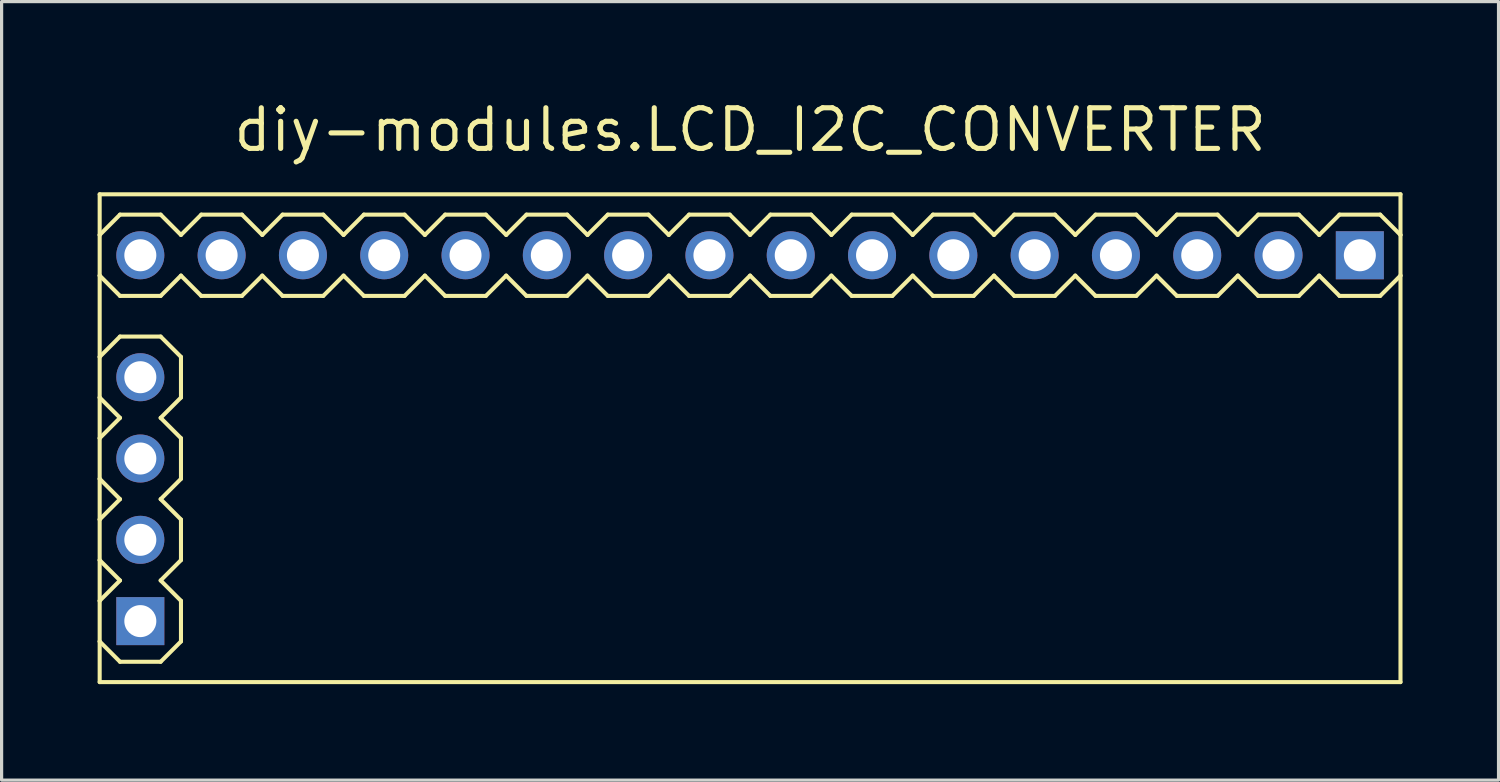
<source format=kicad_pcb>
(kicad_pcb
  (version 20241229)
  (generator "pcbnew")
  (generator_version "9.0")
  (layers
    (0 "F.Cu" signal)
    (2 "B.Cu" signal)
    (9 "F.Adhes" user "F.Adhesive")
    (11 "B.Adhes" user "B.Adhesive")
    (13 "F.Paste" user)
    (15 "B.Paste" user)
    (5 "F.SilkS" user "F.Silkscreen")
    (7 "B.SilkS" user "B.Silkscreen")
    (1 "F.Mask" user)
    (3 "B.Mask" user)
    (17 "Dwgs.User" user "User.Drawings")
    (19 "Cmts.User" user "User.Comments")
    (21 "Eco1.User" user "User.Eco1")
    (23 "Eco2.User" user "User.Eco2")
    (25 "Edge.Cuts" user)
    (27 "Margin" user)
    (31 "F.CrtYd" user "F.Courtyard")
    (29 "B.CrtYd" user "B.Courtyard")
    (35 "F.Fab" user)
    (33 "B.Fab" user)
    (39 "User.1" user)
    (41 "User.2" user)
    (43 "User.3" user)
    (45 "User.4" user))
  (footprint "diy-modules.LCD_I2C_CONVERTER"
    (layer "F.Cu")
    (at 20.384 11.275)
    (property "Reference" "diy-modules.LCD_I2C_CONVERTER" (at 0 -9.525 0) (layer "F.SilkS") (effects (font (size 1.27 1.27) (thickness 0.16)) (justify bottom)))
    (attr through_hole)
    (fp_line (start -20.32 -8.255) (end 20.32 -8.255) (stroke (width 0.127) (type default)) (layer "F.SilkS"))
    (fp_line (start -20.32 -6.985) (end -20.32 -8.255) (stroke (width 0.127) (type default)) (layer "F.SilkS"))
    (fp_line (start -20.32 -6.985) (end -19.685 -7.62) (stroke (width 0.127) (type default)) (layer "F.SilkS"))
    (fp_line (start -20.32 -5.715) (end -20.32 -6.985) (stroke (width 0.127) (type default)) (layer "F.SilkS"))
    (fp_line (start -20.32 -3.175) (end -20.32 -5.715) (stroke (width 0.127) (type default)) (layer "F.SilkS"))
    (fp_line (start -20.32 -3.175) (end -19.685 -3.81) (stroke (width 0.127) (type default)) (layer "F.SilkS"))
    (fp_line (start -20.32 -1.905) (end -20.32 -3.175) (stroke (width 0.127) (type default)) (layer "F.SilkS"))
    (fp_line (start -20.32 -0.635) (end -20.32 -1.905) (stroke (width 0.127) (type default)) (layer "F.SilkS"))
    (fp_line (start -20.32 -0.635) (end -19.685 -1.27) (stroke (width 0.127) (type default)) (layer "F.SilkS"))
    (fp_line (start -20.32 0.635) (end -20.32 -0.635) (stroke (width 0.127) (type default)) (layer "F.SilkS"))
    (fp_line (start -20.32 1.905) (end -20.32 0.635) (stroke (width 0.127) (type default)) (layer "F.SilkS"))
    (fp_line (start -20.32 1.905) (end -19.685 1.27) (stroke (width 0.127) (type default)) (layer "F.SilkS"))
    (fp_line (start -20.32 3.175) (end -20.32 1.905) (stroke (width 0.127) (type default)) (layer "F.SilkS"))
    (fp_line (start -20.32 4.445) (end -20.32 3.175) (stroke (width 0.127) (type default)) (layer "F.SilkS"))
    (fp_line (start -20.32 4.445) (end -19.685 3.81) (stroke (width 0.127) (type default)) (layer "F.SilkS"))
    (fp_line (start -20.32 5.715) (end -20.32 4.445) (stroke (width 0.127) (type default)) (layer "F.SilkS"))
    (fp_line (start -20.32 6.985) (end -20.32 5.715) (stroke (width 0.127) (type default)) (layer "F.SilkS"))
    (fp_line (start -19.685 -7.62) (end -18.415 -7.62) (stroke (width 0.127) (type default)) (layer "F.SilkS"))
    (fp_line (start -19.685 -5.08) (end -20.32 -5.715) (stroke (width 0.127) (type default)) (layer "F.SilkS"))
    (fp_line (start -19.685 -3.81) (end -18.415 -3.81) (stroke (width 0.127) (type default)) (layer "F.SilkS"))
    (fp_line (start -19.685 -1.27) (end -20.32 -1.905) (stroke (width 0.127) (type default)) (layer "F.SilkS"))
    (fp_line (start -19.685 1.27) (end -20.32 0.635) (stroke (width 0.127) (type default)) (layer "F.SilkS"))
    (fp_line (start -19.685 3.81) (end -20.32 3.175) (stroke (width 0.127) (type default)) (layer "F.SilkS"))
    (fp_line (start -19.685 6.35) (end -20.32 5.715) (stroke (width 0.127) (type default)) (layer "F.SilkS"))
    (fp_line (start -18.415 -7.62) (end -17.78 -6.985) (stroke (width 0.127) (type default)) (layer "F.SilkS"))
    (fp_line (start -18.415 -5.08) (end -19.685 -5.08) (stroke (width 0.127) (type default)) (layer "F.SilkS"))
    (fp_line (start -18.415 -3.81) (end -17.78 -3.175) (stroke (width 0.127) (type default)) (layer "F.SilkS"))
    (fp_line (start -18.415 -1.27) (end -17.78 -0.635) (stroke (width 0.127) (type default)) (layer "F.SilkS"))
    (fp_line (start -18.415 1.27) (end -17.78 1.905) (stroke (width 0.127) (type default)) (layer "F.SilkS"))
    (fp_line (start -18.415 3.81) (end -17.78 4.445) (stroke (width 0.127) (type default)) (layer "F.SilkS"))
    (fp_line (start -18.415 6.35) (end -19.685 6.35) (stroke (width 0.127) (type default)) (layer "F.SilkS"))
    (fp_line (start -17.78 -6.985) (end -17.145 -7.62) (stroke (width 0.127) (type default)) (layer "F.SilkS"))
    (fp_line (start -17.78 -5.715) (end -18.415 -5.08) (stroke (width 0.127) (type default)) (layer "F.SilkS"))
    (fp_line (start -17.78 -3.175) (end -17.78 -1.905) (stroke (width 0.127) (type default)) (layer "F.SilkS"))
    (fp_line (start -17.78 -1.905) (end -18.415 -1.27) (stroke (width 0.127) (type default)) (layer "F.SilkS"))
    (fp_line (start -17.78 -0.635) (end -17.78 0.635) (stroke (width 0.127) (type default)) (layer "F.SilkS"))
    (fp_line (start -17.78 0.635) (end -18.415 1.27) (stroke (width 0.127) (type default)) (layer "F.SilkS"))
    (fp_line (start -17.78 1.905) (end -17.78 3.175) (stroke (width 0.127) (type default)) (layer "F.SilkS"))
    (fp_line (start -17.78 3.175) (end -18.415 3.81) (stroke (width 0.127) (type default)) (layer "F.SilkS"))
    (fp_line (start -17.78 4.445) (end -17.78 5.715) (stroke (width 0.127) (type default)) (layer "F.SilkS"))
    (fp_line (start -17.78 5.715) (end -18.415 6.35) (stroke (width 0.127) (type default)) (layer "F.SilkS"))
    (fp_line (start -17.145 -7.62) (end -15.875 -7.62) (stroke (width 0.127) (type default)) (layer "F.SilkS"))
    (fp_line (start -17.145 -5.08) (end -17.78 -5.715) (stroke (width 0.127) (type default)) (layer "F.SilkS"))
    (fp_line (start -15.875 -7.62) (end -15.24 -6.985) (stroke (width 0.127) (type default)) (layer "F.SilkS"))
    (fp_line (start -15.875 -5.08) (end -17.145 -5.08) (stroke (width 0.127) (type default)) (layer "F.SilkS"))
    (fp_line (start -15.24 -6.985) (end -14.605 -7.62) (stroke (width 0.127) (type default)) (layer "F.SilkS"))
    (fp_line (start -15.24 -5.715) (end -15.875 -5.08) (stroke (width 0.127) (type default)) (layer "F.SilkS"))
    (fp_line (start -14.605 -7.62) (end -13.335 -7.62) (stroke (width 0.127) (type default)) (layer "F.SilkS"))
    (fp_line (start -14.605 -5.08) (end -15.24 -5.715) (stroke (width 0.127) (type default)) (layer "F.SilkS"))
    (fp_line (start -13.335 -7.62) (end -12.7 -6.985) (stroke (width 0.127) (type default)) (layer "F.SilkS"))
    (fp_line (start -13.335 -5.08) (end -14.605 -5.08) (stroke (width 0.127) (type default)) (layer "F.SilkS"))
    (fp_line (start -12.7 -6.985) (end -12.065 -7.62) (stroke (width 0.127) (type default)) (layer "F.SilkS"))
    (fp_line (start -12.7 -5.715) (end -13.335 -5.08) (stroke (width 0.127) (type default)) (layer "F.SilkS"))
    (fp_line (start -12.065 -7.62) (end -10.795 -7.62) (stroke (width 0.127) (type default)) (layer "F.SilkS"))
    (fp_line (start -12.065 -5.08) (end -12.7 -5.715) (stroke (width 0.127) (type default)) (layer "F.SilkS"))
    (fp_line (start -10.795 -7.62) (end -10.16 -6.985) (stroke (width 0.127) (type default)) (layer "F.SilkS"))
    (fp_line (start -10.795 -5.08) (end -12.065 -5.08) (stroke (width 0.127) (type default)) (layer "F.SilkS"))
    (fp_line (start -10.16 -6.985) (end -9.525 -7.62) (stroke (width 0.127) (type default)) (layer "F.SilkS"))
    (fp_line (start -10.16 -5.715) (end -10.795 -5.08) (stroke (width 0.127) (type default)) (layer "F.SilkS"))
    (fp_line (start -9.525 -7.62) (end -8.255 -7.62) (stroke (width 0.127) (type default)) (layer "F.SilkS"))
    (fp_line (start -9.525 -5.08) (end -10.16 -5.715) (stroke (width 0.127) (type default)) (layer "F.SilkS"))
    (fp_line (start -8.255 -7.62) (end -7.62 -6.985) (stroke (width 0.127) (type default)) (layer "F.SilkS"))
    (fp_line (start -8.255 -5.08) (end -9.525 -5.08) (stroke (width 0.127) (type default)) (layer "F.SilkS"))
    (fp_line (start -7.62 -6.985) (end -6.985 -7.62) (stroke (width 0.127) (type default)) (layer "F.SilkS"))
    (fp_line (start -7.62 -5.715) (end -8.255 -5.08) (stroke (width 0.127) (type default)) (layer "F.SilkS"))
    (fp_line (start -6.985 -7.62) (end -5.715 -7.62) (stroke (width 0.127) (type default)) (layer "F.SilkS"))
    (fp_line (start -6.985 -5.08) (end -7.62 -5.715) (stroke (width 0.127) (type default)) (layer "F.SilkS"))
    (fp_line (start -5.715 -7.62) (end -5.08 -6.985) (stroke (width 0.127) (type default)) (layer "F.SilkS"))
    (fp_line (start -5.715 -5.08) (end -6.985 -5.08) (stroke (width 0.127) (type default)) (layer "F.SilkS"))
    (fp_line (start -5.08 -6.985) (end -4.445 -7.62) (stroke (width 0.127) (type default)) (layer "F.SilkS"))
    (fp_line (start -5.08 -5.715) (end -5.715 -5.08) (stroke (width 0.127) (type default)) (layer "F.SilkS"))
    (fp_line (start -4.445 -7.62) (end -3.175 -7.62) (stroke (width 0.127) (type default)) (layer "F.SilkS"))
    (fp_line (start -4.445 -5.08) (end -5.08 -5.715) (stroke (width 0.127) (type default)) (layer "F.SilkS"))
    (fp_line (start -3.175 -7.62) (end -2.54 -6.985) (stroke (width 0.127) (type default)) (layer "F.SilkS"))
    (fp_line (start -3.175 -5.08) (end -4.445 -5.08) (stroke (width 0.127) (type default)) (layer "F.SilkS"))
    (fp_line (start -2.54 -6.985) (end -1.905 -7.62) (stroke (width 0.127) (type default)) (layer "F.SilkS"))
    (fp_line (start -2.54 -5.715) (end -3.175 -5.08) (stroke (width 0.127) (type default)) (layer "F.SilkS"))
    (fp_line (start -1.905 -7.62) (end -0.635 -7.62) (stroke (width 0.127) (type default)) (layer "F.SilkS"))
    (fp_line (start -1.905 -5.08) (end -2.54 -5.715) (stroke (width 0.127) (type default)) (layer "F.SilkS"))
    (fp_line (start -0.635 -7.62) (end 0 -6.985) (stroke (width 0.127) (type default)) (layer "F.SilkS"))
    (fp_line (start -0.635 -5.08) (end -1.905 -5.08) (stroke (width 0.127) (type default)) (layer "F.SilkS"))
    (fp_line (start 0 -6.985) (end 0.635 -7.62) (stroke (width 0.127) (type default)) (layer "F.SilkS"))
    (fp_line (start 0 -5.715) (end -0.635 -5.08) (stroke (width 0.127) (type default)) (layer "F.SilkS"))
    (fp_line (start 0.635 -7.62) (end 1.905 -7.62) (stroke (width 0.127) (type default)) (layer "F.SilkS"))
    (fp_line (start 0.635 -5.08) (end 0 -5.715) (stroke (width 0.127) (type default)) (layer "F.SilkS"))
    (fp_line (start 1.905 -7.62) (end 2.54 -6.985) (stroke (width 0.127) (type default)) (layer "F.SilkS"))
    (fp_line (start 1.905 -5.08) (end 0.635 -5.08) (stroke (width 0.127) (type default)) (layer "F.SilkS"))
    (fp_line (start 2.54 -6.985) (end 3.175 -7.62) (stroke (width 0.127) (type default)) (layer "F.SilkS"))
    (fp_line (start 2.54 -5.715) (end 1.905 -5.08) (stroke (width 0.127) (type default)) (layer "F.SilkS"))
    (fp_line (start 3.175 -7.62) (end 4.445 -7.62) (stroke (width 0.127) (type default)) (layer "F.SilkS"))
    (fp_line (start 3.175 -5.08) (end 2.54 -5.715) (stroke (width 0.127) (type default)) (layer "F.SilkS"))
    (fp_line (start 4.445 -7.62) (end 5.08 -6.985) (stroke (width 0.127) (type default)) (layer "F.SilkS"))
    (fp_line (start 4.445 -5.08) (end 3.175 -5.08) (stroke (width 0.127) (type default)) (layer "F.SilkS"))
    (fp_line (start 5.08 -6.985) (end 5.715 -7.62) (stroke (width 0.127) (type default)) (layer "F.SilkS"))
    (fp_line (start 5.08 -5.715) (end 4.445 -5.08) (stroke (width 0.127) (type default)) (layer "F.SilkS"))
    (fp_line (start 5.715 -7.62) (end 6.985 -7.62) (stroke (width 0.127) (type default)) (layer "F.SilkS"))
    (fp_line (start 5.715 -5.08) (end 5.08 -5.715) (stroke (width 0.127) (type default)) (layer "F.SilkS"))
    (fp_line (start 6.985 -7.62) (end 7.62 -6.985) (stroke (width 0.127) (type default)) (layer "F.SilkS"))
    (fp_line (start 6.985 -5.08) (end 5.715 -5.08) (stroke (width 0.127) (type default)) (layer "F.SilkS"))
    (fp_line (start 7.62 -6.985) (end 8.255 -7.62) (stroke (width 0.127) (type default)) (layer "F.SilkS"))
    (fp_line (start 7.62 -5.715) (end 6.985 -5.08) (stroke (width 0.127) (type default)) (layer "F.SilkS"))
    (fp_line (start 8.255 -7.62) (end 9.525 -7.62) (stroke (width 0.127) (type default)) (layer "F.SilkS"))
    (fp_line (start 8.255 -5.08) (end 7.62 -5.715) (stroke (width 0.127) (type default)) (layer "F.SilkS"))
    (fp_line (start 9.525 -7.62) (end 10.16 -6.985) (stroke (width 0.127) (type default)) (layer "F.SilkS"))
    (fp_line (start 9.525 -5.08) (end 8.255 -5.08) (stroke (width 0.127) (type default)) (layer "F.SilkS"))
    (fp_line (start 10.16 -6.985) (end 10.795 -7.62) (stroke (width 0.127) (type default)) (layer "F.SilkS"))
    (fp_line (start 10.16 -5.715) (end 9.525 -5.08) (stroke (width 0.127) (type default)) (layer "F.SilkS"))
    (fp_line (start 10.795 -7.62) (end 12.065 -7.62) (stroke (width 0.127) (type default)) (layer "F.SilkS"))
    (fp_line (start 10.795 -5.08) (end 10.16 -5.715) (stroke (width 0.127) (type default)) (layer "F.SilkS"))
    (fp_line (start 12.065 -7.62) (end 12.7 -6.985) (stroke (width 0.127) (type default)) (layer "F.SilkS"))
    (fp_line (start 12.065 -5.08) (end 10.795 -5.08) (stroke (width 0.127) (type default)) (layer "F.SilkS"))
    (fp_line (start 12.7 -6.985) (end 13.335 -7.62) (stroke (width 0.127) (type default)) (layer "F.SilkS"))
    (fp_line (start 12.7 -5.715) (end 12.065 -5.08) (stroke (width 0.127) (type default)) (layer "F.SilkS"))
    (fp_line (start 13.335 -7.62) (end 14.605 -7.62) (stroke (width 0.127) (type default)) (layer "F.SilkS"))
    (fp_line (start 13.335 -5.08) (end 12.7 -5.715) (stroke (width 0.127) (type default)) (layer "F.SilkS"))
    (fp_line (start 14.605 -7.62) (end 15.24 -6.985) (stroke (width 0.127) (type default)) (layer "F.SilkS"))
    (fp_line (start 14.605 -5.08) (end 13.335 -5.08) (stroke (width 0.127) (type default)) (layer "F.SilkS"))
    (fp_line (start 15.24 -6.985) (end 15.875 -7.62) (stroke (width 0.127) (type default)) (layer "F.SilkS"))
    (fp_line (start 15.24 -5.715) (end 14.605 -5.08) (stroke (width 0.127) (type default)) (layer "F.SilkS"))
    (fp_line (start 15.875 -7.62) (end 17.145 -7.62) (stroke (width 0.127) (type default)) (layer "F.SilkS"))
    (fp_line (start 15.875 -5.08) (end 15.24 -5.715) (stroke (width 0.127) (type default)) (layer "F.SilkS"))
    (fp_line (start 17.145 -7.62) (end 17.78 -6.985) (stroke (width 0.127) (type default)) (layer "F.SilkS"))
    (fp_line (start 17.145 -5.08) (end 15.875 -5.08) (stroke (width 0.127) (type default)) (layer "F.SilkS"))
    (fp_line (start 17.78 -6.985) (end 18.415 -7.62) (stroke (width 0.127) (type default)) (layer "F.SilkS"))
    (fp_line (start 17.78 -5.715) (end 17.145 -5.08) (stroke (width 0.127) (type default)) (layer "F.SilkS"))
    (fp_line (start 18.415 -7.62) (end 19.685 -7.62) (stroke (width 0.127) (type default)) (layer "F.SilkS"))
    (fp_line (start 18.415 -5.08) (end 17.78 -5.715) (stroke (width 0.127) (type default)) (layer "F.SilkS"))
    (fp_line (start 19.685 -7.62) (end 20.32 -6.985) (stroke (width 0.127) (type default)) (layer "F.SilkS"))
    (fp_line (start 19.685 -5.08) (end 18.415 -5.08) (stroke (width 0.127) (type default)) (layer "F.SilkS"))
    (fp_line (start 20.32 -8.255) (end 20.32 -6.985) (stroke (width 0.127) (type default)) (layer "F.SilkS"))
    (fp_line (start 20.32 -6.985) (end 20.32 -5.715) (stroke (width 0.127) (type default)) (layer "F.SilkS"))
    (fp_line (start 20.32 -5.715) (end 19.685 -5.08) (stroke (width 0.127) (type default)) (layer "F.SilkS"))
    (fp_line (start 20.32 -5.715) (end 20.32 6.985) (stroke (width 0.127) (type default)) (layer "F.SilkS"))
    (fp_line (start 20.32 6.985) (end -20.32 6.985) (stroke (width 0.127) (type default)) (layer "F.SilkS"))
    (pad "J1.1" thru_hole rect (at -19.05 5.08) (size 1.5 1.5) (drill 1) (layers "*.Cu" "*.Mask"))
    (pad "J1.2" thru_hole circle (at -19.05 2.54) (size 1.5 1.5) (drill 1) (layers "*.Cu" "*.Mask"))
    (pad "J1.3" thru_hole circle (at -19.05 0) (size 1.5 1.5) (drill 1) (layers "*.Cu" "*.Mask"))
    (pad "J1.4" thru_hole circle (at -19.05 -2.54) (size 1.5 1.5) (drill 1) (layers "*.Cu" "*.Mask"))
    (pad "J2.1" thru_hole rect (at 19.05 -6.35) (size 1.5 1.5) (drill 1) (layers "*.Cu" "*.Mask"))
    (pad "J2.2" thru_hole circle (at 16.51 -6.35) (size 1.5 1.5) (drill 1) (layers "*.Cu" "*.Mask"))
    (pad "J2.3" thru_hole circle (at 13.97 -6.35) (size 1.5 1.5) (drill 1) (layers "*.Cu" "*.Mask"))
    (pad "J2.4" thru_hole circle (at 11.43 -6.35) (size 1.5 1.5) (drill 1) (layers "*.Cu" "*.Mask"))
    (pad "J2.5" thru_hole circle (at 8.89 -6.35) (size 1.5 1.5) (drill 1) (layers "*.Cu" "*.Mask"))
    (pad "J2.6" thru_hole circle (at 6.35 -6.35) (size 1.5 1.5) (drill 1) (layers "*.Cu" "*.Mask"))
    (pad "J2.7" thru_hole circle (at 3.81 -6.35) (size 1.5 1.5) (drill 1) (layers "*.Cu" "*.Mask"))
    (pad "J2.8" thru_hole circle (at 1.27 -6.35) (size 1.5 1.5) (drill 1) (layers "*.Cu" "*.Mask"))
    (pad "J2.9" thru_hole circle (at -1.27 -6.35) (size 1.5 1.5) (drill 1) (layers "*.Cu" "*.Mask"))
    (pad "J2.10" thru_hole circle (at -3.81 -6.35) (size 1.5 1.5) (drill 1) (layers "*.Cu" "*.Mask"))
    (pad "J2.11" thru_hole circle (at -6.35 -6.35) (size 1.5 1.5) (drill 1) (layers "*.Cu" "*.Mask"))
    (pad "J2.12" thru_hole circle (at -8.89 -6.35) (size 1.5 1.5) (drill 1) (layers "*.Cu" "*.Mask"))
    (pad "J2.13" thru_hole circle (at -11.43 -6.35) (size 1.5 1.5) (drill 1) (layers "*.Cu" "*.Mask"))
    (pad "J2.14" thru_hole circle (at -13.97 -6.35) (size 1.5 1.5) (drill 1) (layers "*.Cu" "*.Mask"))
    (pad "J2.15" thru_hole circle (at -16.51 -6.35) (size 1.5 1.5) (drill 1) (layers "*.Cu" "*.Mask"))
    (pad "J2.16" thru_hole circle (at -19.05 -6.35) (size 1.5 1.5) (drill 1) (layers "*.Cu" "*.Mask")))
  (gr_rect
    (start -3 -3)
    (end 43.767 21.323)
    (stroke (width 0.1) (type default))
    (fill no)
    (layer "Edge.Cuts")))
</source>
